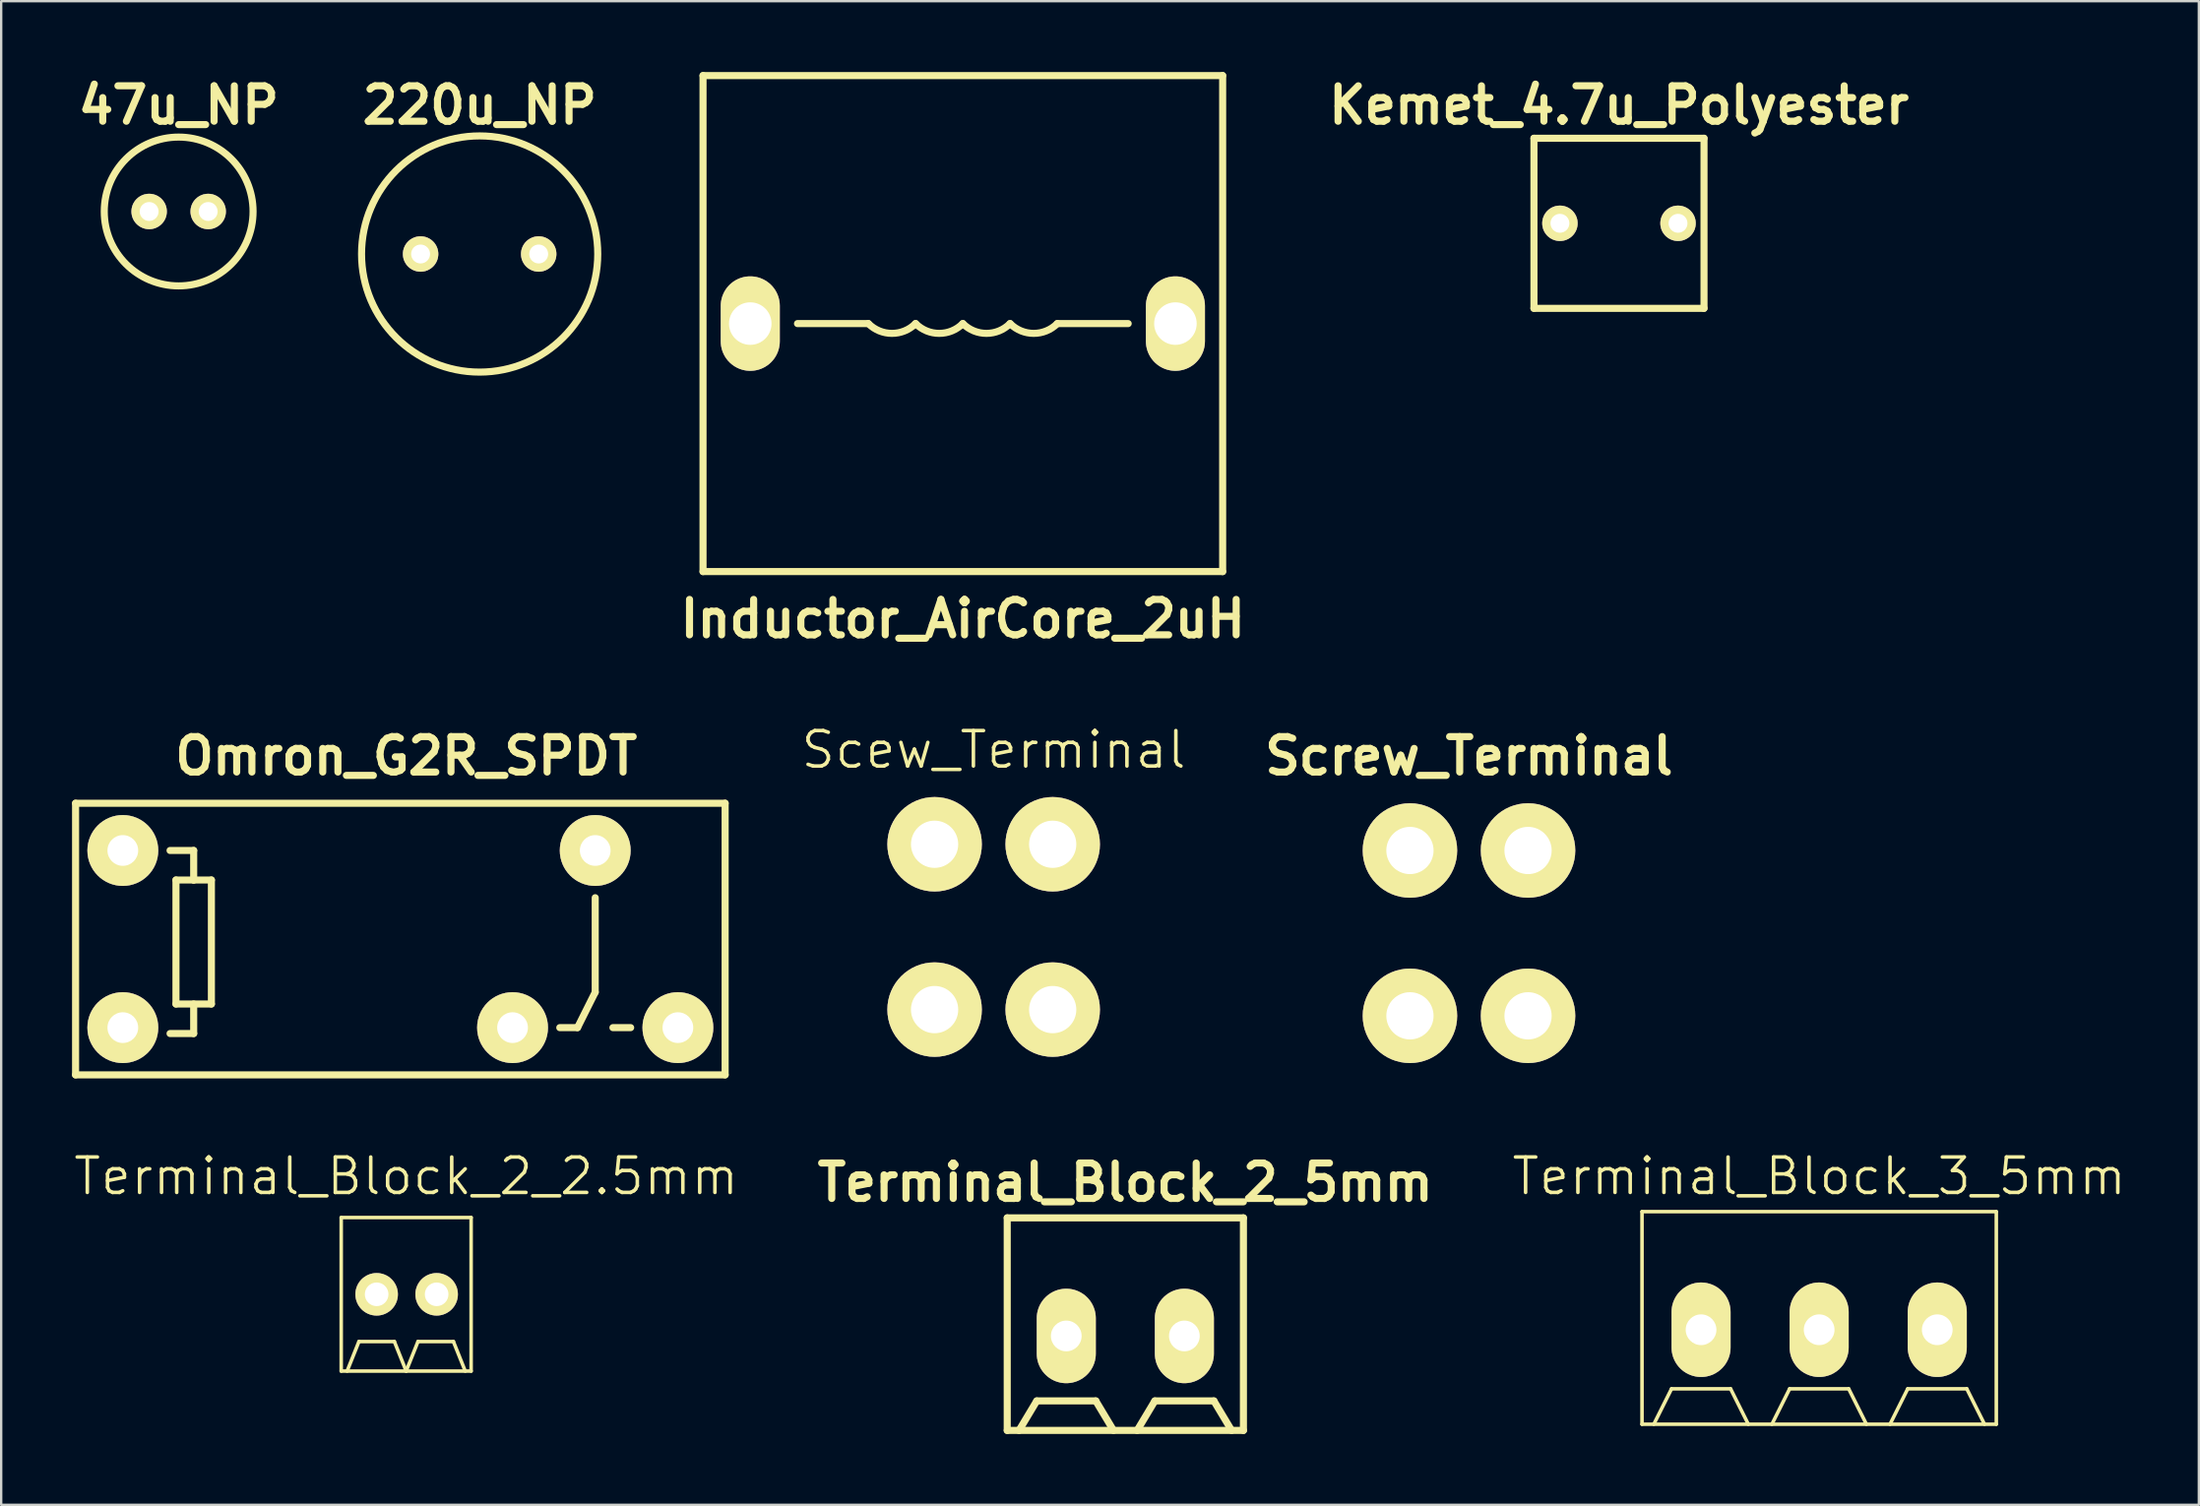
<source format=kicad_pcb>
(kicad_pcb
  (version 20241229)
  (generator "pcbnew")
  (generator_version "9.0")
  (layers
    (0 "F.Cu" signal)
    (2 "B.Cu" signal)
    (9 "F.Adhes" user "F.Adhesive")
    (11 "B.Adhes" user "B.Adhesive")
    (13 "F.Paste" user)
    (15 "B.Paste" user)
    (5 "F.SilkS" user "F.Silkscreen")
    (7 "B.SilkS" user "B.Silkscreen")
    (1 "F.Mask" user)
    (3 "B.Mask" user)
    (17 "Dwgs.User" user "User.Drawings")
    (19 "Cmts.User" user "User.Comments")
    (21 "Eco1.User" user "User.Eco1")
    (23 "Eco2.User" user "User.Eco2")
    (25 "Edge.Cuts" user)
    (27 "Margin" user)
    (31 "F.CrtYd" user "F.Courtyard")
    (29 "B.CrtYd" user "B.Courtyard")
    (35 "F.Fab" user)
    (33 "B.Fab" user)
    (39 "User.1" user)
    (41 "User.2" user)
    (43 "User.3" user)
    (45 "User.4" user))
  (footprint "Terminal_Block_2_5mm"
    (layer "F.Cu")
    (at 42.093 53.512)
    (property "Reference" "Terminal_Block_2_5mm" (at 2.5 -6.5 0) (layer "F.SilkS") (effects (font (size 1.5 1.5) (thickness 0.3))))
    (attr through_hole)
    (fp_line (start -2.5 -5) (end -2.5 4) (stroke (width 0.3) (type solid)) (layer "F.SilkS"))
    (fp_line (start -2.5 4) (end 7.5 4) (stroke (width 0.3) (type solid)) (layer "F.SilkS"))
    (fp_line (start -2 4) (end -1.25 2.75) (stroke (width 0.3) (type solid)) (layer "F.SilkS"))
    (fp_line (start -1.25 2.75) (end 1.25 2.75) (stroke (width 0.3) (type solid)) (layer "F.SilkS"))
    (fp_line (start 1.25 2.75) (end 2 4) (stroke (width 0.3) (type solid)) (layer "F.SilkS"))
    (fp_line (start 3.75 2.75) (end 3 4) (stroke (width 0.3) (type solid)) (layer "F.SilkS"))
    (fp_line (start 6.25 2.75) (end 3.75 2.75) (stroke (width 0.3) (type solid)) (layer "F.SilkS"))
    (fp_line (start 7 4) (end 6.25 2.75) (stroke (width 0.3) (type solid)) (layer "F.SilkS"))
    (fp_line (start 7.5 -5) (end -2.5 -5) (stroke (width 0.3) (type solid)) (layer "F.SilkS"))
    (fp_line (start 7.5 4) (end 7.5 -5) (stroke (width 0.3) (type solid)) (layer "F.SilkS"))
    (pad "1" thru_hole oval (at 0 0) (size 2.5 4) (drill 1.3) (layers "*.Cu" "*.Mask" "F.SilkS"))
    (pad "2" thru_hole oval (at 5 0) (size 2.5 4) (drill 1.3) (layers "*.Cu" "*.Mask" "F.SilkS")))
  (footprint "47u_NP"
    (layer "F.Cu")
    (at 4.514 5.904)
    (property "Reference" "47u_NP" (at 0 -4.5 0) (layer "F.SilkS") (effects (font (size 1.5 1.5) (thickness 0.3))))
    (attr through_hole)
    (fp_circle (center 0 0) (end 3.15 0) (stroke (width 0.3) (type solid)) (fill no) (layer "F.SilkS"))
    (pad "1" thru_hole circle (at -1.25 0) (size 1.5 1.5) (drill 0.8) (layers "*.Cu" "*.Mask" "F.SilkS"))
    (pad "2" thru_hole circle (at 1.25 0) (size 1.5 1.5) (drill 0.8) (layers "*.Cu" "*.Mask" "F.SilkS")))
  (footprint "Omron_G2R_SPDT"
    (layer "F.Cu")
    (at 2.15 32.958)
    (property "Reference" "Omron_G2R_SPDT" (at 12 -4 0) (layer "F.SilkS") (effects (font (size 1.5 1.5) (thickness 0.3))))
    (attr through_hole)
    (fp_line (start -2 -2) (end -2 9.5) (stroke (width 0.3) (type solid)) (layer "F.SilkS"))
    (fp_line (start -2 9.5) (end 25.5 9.5) (stroke (width 0.3) (type solid)) (layer "F.SilkS"))
    (fp_line (start 2 0) (end 3 0) (stroke (width 0.3) (type solid)) (layer "F.SilkS"))
    (fp_line (start 2.25 1.25) (end 2.25 6.5) (stroke (width 0.3) (type solid)) (layer "F.SilkS"))
    (fp_line (start 2.25 6.5) (end 3.75 6.5) (stroke (width 0.3) (type solid)) (layer "F.SilkS"))
    (fp_line (start 3 0) (end 3 1.25) (stroke (width 0.3) (type solid)) (layer "F.SilkS"))
    (fp_line (start 3 1.25) (end 2.25 1.25) (stroke (width 0.3) (type solid)) (layer "F.SilkS"))
    (fp_line (start 3 6.5) (end 3 7.75) (stroke (width 0.3) (type solid)) (layer "F.SilkS"))
    (fp_line (start 3 7.75) (end 2 7.75) (stroke (width 0.3) (type solid)) (layer "F.SilkS"))
    (fp_line (start 3.75 1.25) (end 3 1.25) (stroke (width 0.3) (type solid)) (layer "F.SilkS"))
    (fp_line (start 3.75 6.5) (end 3.75 1.25) (stroke (width 0.3) (type solid)) (layer "F.SilkS"))
    (fp_line (start 18.5 7.5) (end 19.25 7.5) (stroke (width 0.3) (type solid)) (layer "F.SilkS"))
    (fp_line (start 20 2) (end 20 6) (stroke (width 0.3) (type solid)) (layer "F.SilkS"))
    (fp_line (start 20 6) (end 19.25 7.5) (stroke (width 0.3) (type solid)) (layer "F.SilkS"))
    (fp_line (start 21.5 7.5) (end 20.75 7.5) (stroke (width 0.3) (type solid)) (layer "F.SilkS"))
    (fp_line (start 25.5 -2) (end -2 -2) (stroke (width 0.3) (type solid)) (layer "F.SilkS"))
    (fp_line (start 25.5 9.5) (end 25.5 -2) (stroke (width 0.3) (type solid)) (layer "F.SilkS"))
    (pad "1" thru_hole circle (at 0 7.5) (size 3 3) (drill 1.3) (layers "*.Cu" "*.Mask" "F.SilkS"))
    (pad "2" thru_hole circle (at 16.5 7.5) (size 3 3) (drill 1.3) (layers "*.Cu" "*.Mask" "F.SilkS"))
    (pad "3" thru_hole circle (at 23.5 7.5) (size 3 3) (drill 1.3) (layers "*.Cu" "*.Mask" "F.SilkS"))
    (pad "4" thru_hole circle (at 20 0) (size 3 3) (drill 1.3) (layers "*.Cu" "*.Mask" "F.SilkS"))
    (pad "5" thru_hole circle (at 0 0) (size 3 3) (drill 1.3) (layers "*.Cu" "*.Mask" "F.SilkS")))
  (footprint "Scew_Terminal"
    (layer "F.Cu")
    (at 36.518 39.695)
    (property "Reference" "Scew_Terminal" (at 2.5 -11 0) (layer "F.SilkS") (effects (font (size 1.5 1.5) (thickness 0.15))))
    (attr through_hole)
    (pad "1" thru_hole circle (at 0 -7) (size 4 4) (drill 2) (layers "*.Cu" "*.Mask" "F.SilkS"))
    (pad "1" thru_hole circle (at 0 0) (size 4 4) (drill 2) (layers "*.Cu" "*.Mask" "F.SilkS"))
    (pad "1" thru_hole circle (at 5 -7) (size 4 4) (drill 2) (layers "*.Cu" "*.Mask" "F.SilkS"))
    (pad "1" thru_hole circle (at 5 0) (size 4 4) (drill 2) (layers "*.Cu" "*.Mask" "F.SilkS")))
  (footprint "Terminal_Block_3_5mm"
    (layer "F.Cu")
    (at 68.968 53.249)
    (property "Reference" "Terminal_Block_3_5mm" (at 5 -6.5 0) (layer "F.SilkS") (effects (font (size 1.5 1.5) (thickness 0.15))))
    (attr through_hole)
    (fp_line (start -2.5 -5) (end -2.5 4) (stroke (width 0.15) (type solid)) (layer "F.SilkS"))
    (fp_line (start -2.5 4) (end 12.5 4) (stroke (width 0.15) (type solid)) (layer "F.SilkS"))
    (fp_line (start -2 4) (end -1.25 2.5) (stroke (width 0.15) (type solid)) (layer "F.SilkS"))
    (fp_line (start -1.25 2.5) (end 1.25 2.5) (stroke (width 0.15) (type solid)) (layer "F.SilkS"))
    (fp_line (start 1.25 2.5) (end 2 4) (stroke (width 0.15) (type solid)) (layer "F.SilkS"))
    (fp_line (start 3.75 2.5) (end 3 4) (stroke (width 0.15) (type solid)) (layer "F.SilkS"))
    (fp_line (start 6.25 2.5) (end 3.75 2.5) (stroke (width 0.15) (type solid)) (layer "F.SilkS"))
    (fp_line (start 7 4) (end 6.25 2.5) (stroke (width 0.15) (type solid)) (layer "F.SilkS"))
    (fp_line (start 8.75 2.5) (end 8 4) (stroke (width 0.15) (type solid)) (layer "F.SilkS"))
    (fp_line (start 11.25 2.5) (end 8.75 2.5) (stroke (width 0.15) (type solid)) (layer "F.SilkS"))
    (fp_line (start 12 4) (end 11.25 2.5) (stroke (width 0.15) (type solid)) (layer "F.SilkS"))
    (fp_line (start 12.5 -5) (end -2.5 -5) (stroke (width 0.15) (type solid)) (layer "F.SilkS"))
    (fp_line (start 12.5 4) (end 12.5 -5) (stroke (width 0.15) (type solid)) (layer "F.SilkS"))
    (pad "1" thru_hole oval (at 0 0) (size 2.5 4) (drill 1.3) (layers "*.Cu" "*.Mask" "F.SilkS"))
    (pad "2" thru_hole oval (at 5 0) (size 2.5 4) (drill 1.3) (layers "*.Cu" "*.Mask" "F.SilkS"))
    (pad "3" thru_hole oval (at 10 0) (size 2.5 4) (drill 1.3) (layers "*.Cu" "*.Mask" "F.SilkS")))
  (footprint "Screw_Terminal"
    (layer "F.Cu")
    (at 56.643 39.958)
    (property "Reference" "Screw_Terminal" (at 2.5 -11 0) (layer "F.SilkS") (effects (font (size 1.5 1.5) (thickness 0.3))))
    (attr through_hole)
    (pad "1" thru_hole circle (at 0 -7) (size 4 4) (drill 2) (layers "*.Cu" "*.Mask" "F.SilkS"))
    (pad "1" thru_hole circle (at 0 0) (size 4 4) (drill 2) (layers "*.Cu" "*.Mask" "F.SilkS"))
    (pad "1" thru_hole circle (at 5 -7) (size 4 4) (drill 2) (layers "*.Cu" "*.Mask" "F.SilkS"))
    (pad "1" thru_hole circle (at 5 0) (size 4 4) (drill 2) (layers "*.Cu" "*.Mask" "F.SilkS")))
  (footprint "Terminal_Block_2_2.5mm"
    (layer "F.Cu")
    (at 12.896 51.749)
    (property "Reference" "Terminal_Block_2_2.5mm" (at 1.25 -5 0) (layer "F.SilkS") (effects (font (size 1.5 1.5) (thickness 0.15))))
    (attr through_hole)
    (fp_line (start -1.5 -3.25) (end -1.5 3.25) (stroke (width 0.15) (type solid)) (layer "F.SilkS"))
    (fp_line (start -1.5 3.25) (end 4 3.25) (stroke (width 0.15) (type solid)) (layer "F.SilkS"))
    (fp_line (start -1.25 3.25) (end -0.75 2) (stroke (width 0.15) (type solid)) (layer "F.SilkS"))
    (fp_line (start -0.75 2) (end 0.75 2) (stroke (width 0.15) (type solid)) (layer "F.SilkS"))
    (fp_line (start 0.75 2) (end 1.25 3.25) (stroke (width 0.15) (type solid)) (layer "F.SilkS"))
    (fp_line (start 1.75 2) (end 1.25 3.25) (stroke (width 0.15) (type solid)) (layer "F.SilkS"))
    (fp_line (start 3.25 2) (end 1.75 2) (stroke (width 0.15) (type solid)) (layer "F.SilkS"))
    (fp_line (start 3.75 3.25) (end 3.25 2) (stroke (width 0.15) (type solid)) (layer "F.SilkS"))
    (fp_line (start 4 -3.25) (end -1.5 -3.25) (stroke (width 0.15) (type solid)) (layer "F.SilkS"))
    (fp_line (start 4 3.25) (end 4 -3.25) (stroke (width 0.15) (type solid)) (layer "F.SilkS"))
    (pad "1" thru_hole circle (at 0 0) (size 1.8 1.8) (drill 1) (layers "*.Cu" "*.Mask" "F.SilkS"))
    (pad "2" thru_hole circle (at 2.54 0) (size 1.8 1.8) (drill 1) (layers "*.Cu" "*.Mask" "F.SilkS")))
  (footprint "Inductor_AirCore_2uH"
    (layer "F.Cu")
    (at 28.714 10.65)
    (property "Reference" "Inductor_AirCore_2uH" (at 9 12.5 0) (layer "F.SilkS") (effects (font (size 1.5 1.5) (thickness 0.3))))
    (attr through_hole)
    (fp_line (start -2 -10.5) (end -2 10.5) (stroke (width 0.3) (type solid)) (layer "F.SilkS"))
    (fp_line (start -2 10.5) (end 20 10.5) (stroke (width 0.3) (type solid)) (layer "F.SilkS"))
    (fp_line (start 5 0) (end 2 0) (stroke (width 0.3) (type solid)) (layer "F.SilkS"))
    (fp_line (start 13 0) (end 16 0) (stroke (width 0.3) (type solid)) (layer "F.SilkS"))
    (fp_line (start 20 -10.5) (end -2 -10.5) (stroke (width 0.3) (type solid)) (layer "F.SilkS"))
    (fp_line (start 20 10.5) (end 20 -10.5) (stroke (width 0.3) (type solid)) (layer "F.SilkS"))
    (fp_arc (start 7 0) (mid 6 0.414214) (end 5 0) (stroke (width 0.3) (type solid)) (layer "F.SilkS"))
    (fp_arc (start 9 0) (mid 8 0.414214) (end 7 0) (stroke (width 0.3) (type solid)) (layer "F.SilkS"))
    (fp_arc (start 11 0) (mid 10 0.414214) (end 9 0) (stroke (width 0.3) (type solid)) (layer "F.SilkS"))
    (fp_arc (start 13 0) (mid 12 0.414214) (end 11 0) (stroke (width 0.3) (type solid)) (layer "F.SilkS"))
    (pad "1" thru_hole oval (at 0 0) (size 2.5 4) (drill 1.8) (layers "*.Cu" "*.Mask" "F.SilkS"))
    (pad "2" thru_hole oval (at 18 0) (size 2.5 4) (drill 1.8) (layers "*.Cu" "*.Mask" "F.SilkS")))
  (footprint "220u_NP"
    (layer "F.Cu")
    (at 17.257 7.704)
    (property "Reference" "220u_NP" (at 0 -6.3 0) (layer "F.SilkS") (effects (font (size 1.5 1.5) (thickness 0.3))))
    (attr through_hole)
    (fp_circle (center 0 0) (end 5 0) (stroke (width 0.3) (type solid)) (fill no) (layer "F.SilkS"))
    (pad "1" thru_hole circle (at -2.5 0) (size 1.5 1.5) (drill 0.8) (layers "*.Cu" "*.Mask" "F.SilkS"))
    (pad "2" thru_hole circle (at 2.5 0) (size 1.5 1.5) (drill 0.8) (layers "*.Cu" "*.Mask" "F.SilkS")))
  (footprint "Kemet_4.7u_Polyester"
    (layer "F.Cu")
    (at 65.493 6.404)
    (property "Reference" "Kemet_4.7u_Polyester" (at 0 -5 0) (layer "F.SilkS") (effects (font (size 1.5 1.5) (thickness 0.3))))
    (attr through_hole)
    (fp_line (start -3.6 -3.6) (end -3.6 3.6) (stroke (width 0.3) (type solid)) (layer "F.SilkS"))
    (fp_line (start -3.6 3.6) (end 3.6 3.6) (stroke (width 0.3) (type solid)) (layer "F.SilkS"))
    (fp_line (start 3.6 -3.6) (end -3.6 -3.6) (stroke (width 0.3) (type solid)) (layer "F.SilkS"))
    (fp_line (start 3.6 3.6) (end 3.6 -3.6) (stroke (width 0.3) (type solid)) (layer "F.SilkS"))
    (pad "1" thru_hole circle (at -2.5 0) (size 1.5 1.5) (drill 0.8) (layers "*.Cu" "*.Mask" "F.SilkS"))
    (pad "2" thru_hole circle (at 2.5 0) (size 1.5 1.5) (drill 0.8) (layers "*.Cu" "*.Mask" "F.SilkS")))
  (gr_rect
    (start -3 -3)
    (end 90.043 60.662)
    (stroke (width 0.1) (type default))
    (fill no)
    (layer "Edge.Cuts")))
</source>
